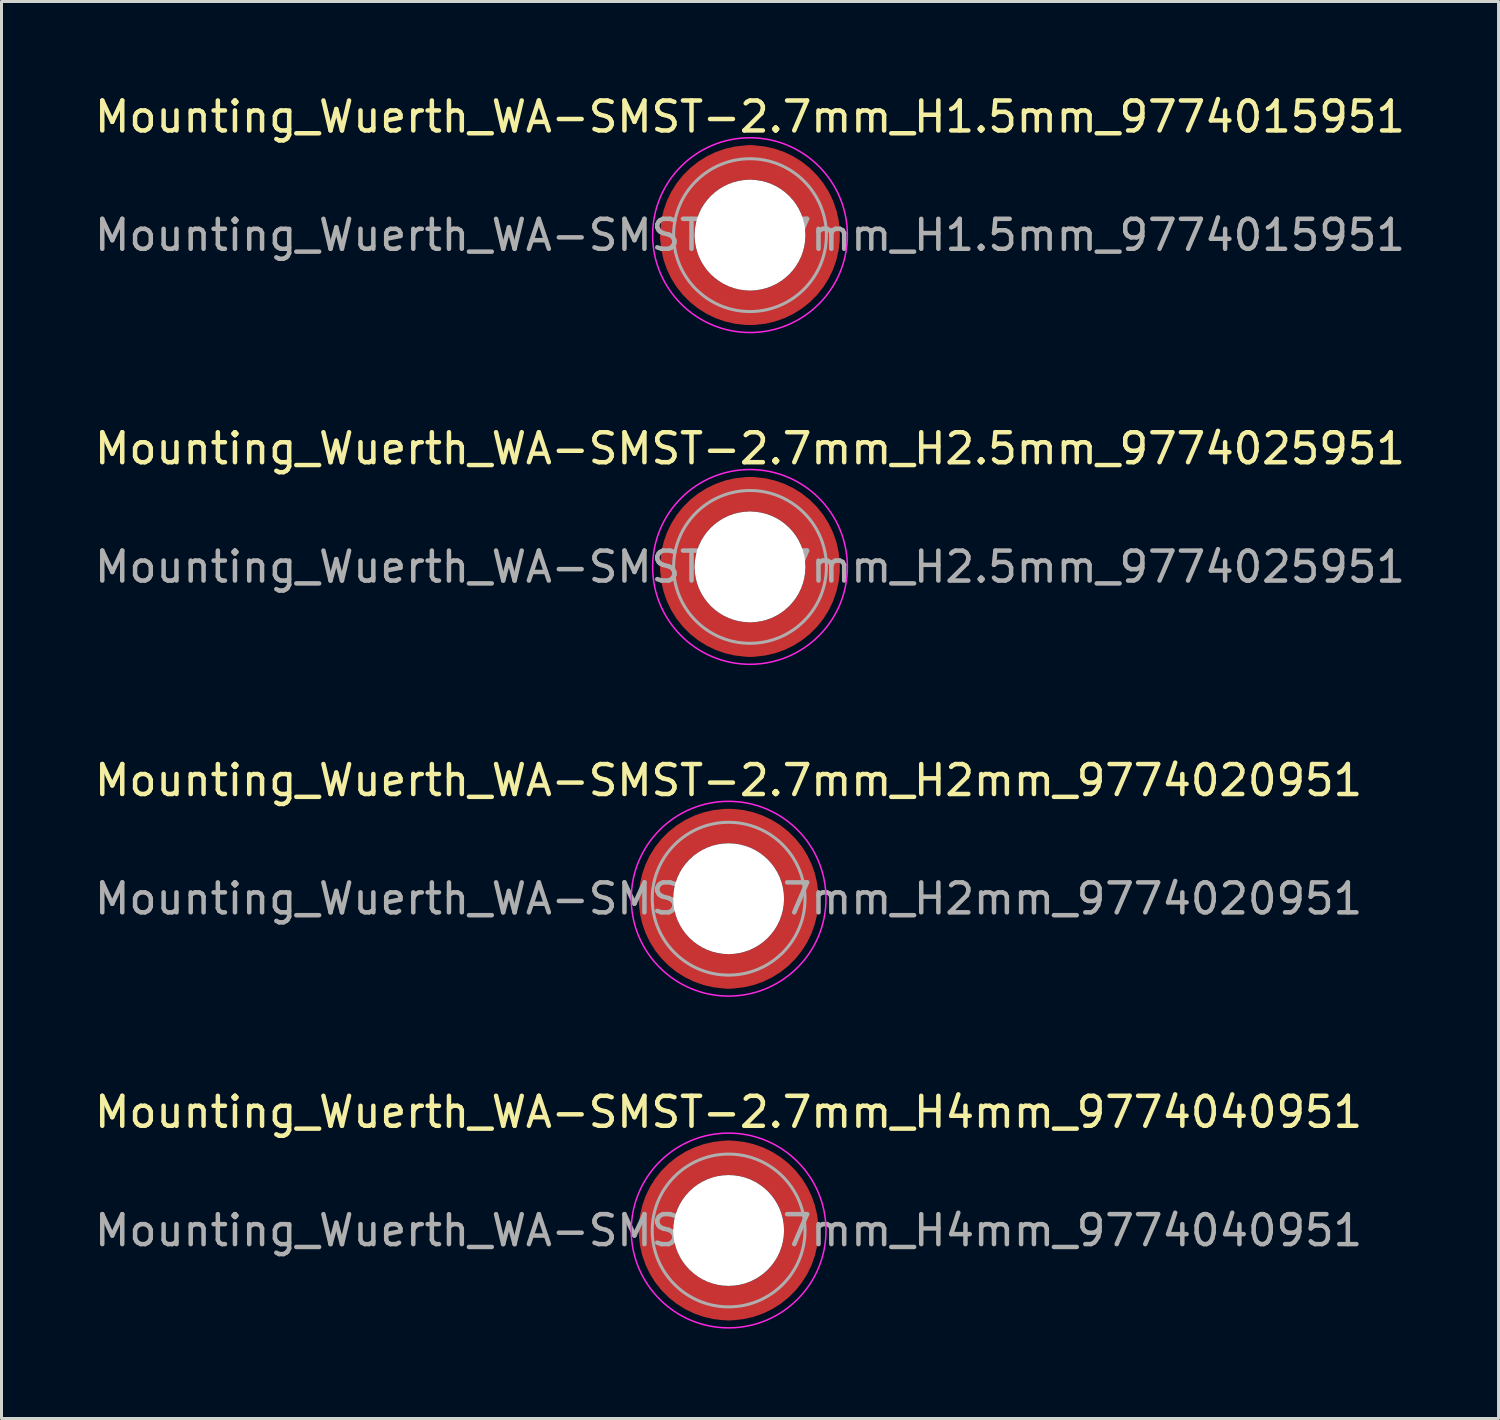
<source format=kicad_pcb>
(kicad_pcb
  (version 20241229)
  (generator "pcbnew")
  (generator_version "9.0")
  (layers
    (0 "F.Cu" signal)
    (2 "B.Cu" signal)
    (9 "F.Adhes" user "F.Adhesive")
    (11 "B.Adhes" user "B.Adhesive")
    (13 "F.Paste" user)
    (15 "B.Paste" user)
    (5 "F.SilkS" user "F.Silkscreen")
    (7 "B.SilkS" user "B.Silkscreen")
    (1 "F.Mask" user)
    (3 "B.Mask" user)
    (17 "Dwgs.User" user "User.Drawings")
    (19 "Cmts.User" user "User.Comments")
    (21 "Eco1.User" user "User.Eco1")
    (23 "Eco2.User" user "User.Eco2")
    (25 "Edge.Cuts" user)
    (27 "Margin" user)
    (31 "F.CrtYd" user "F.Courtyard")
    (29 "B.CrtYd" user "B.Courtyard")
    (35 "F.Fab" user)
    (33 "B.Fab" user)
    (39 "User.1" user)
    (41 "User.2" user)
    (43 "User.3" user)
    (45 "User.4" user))
  (footprint "Mounting_Wuerth_WA-SMST-2.7mm_H1.5mm_9774015951"
    (layer "F.Cu")
    (at 21.982 4.798)
    (property "Reference" "Mounting_Wuerth_WA-SMST-2.7mm_H1.5mm_9774015951" (at 0 -3.95 0) (layer "F.SilkS") (effects (font (size 1 1) (thickness 0.15))))
    (attr smd)
    (fp_circle (center 0 0) (end 3.25 0) (stroke (width 0.05) (type solid)) (fill no) (layer "F.CrtYd"))
    (fp_circle (center 0 0) (end 2.55 0) (stroke (width 0.1) (type solid)) (fill no) (layer "F.Fab"))
    (fp_text user "${REFERENCE}" (at 0 0 0) (layer "F.Fab") (effects (font (size 1 1) (thickness 0.15))))
    (pad "" smd custom (at -1.704 -1.704) (size 1.02 1.02) (layers "F.Paste") (options (anchor circle)) (primitives (gr_arc (start -0.371355 1.124127) (mid 0.180312 0.180312) (end 1.124127 -0.371355) (width 0.51)) (gr_arc (start -0.635039 1.124127) (mid 0 0) (end 1.124127 -0.635039) (width 0.51)) (gr_arc (start -0.896993 1.124127) (mid -0.180313 -0.180313) (end 1.124127 -0.896993) (width 0.51)) (gr_line (start 1.124 -0.371) (end 1.124 -0.897) (width 0.51)) (gr_line (start -0.371 1.124) (end -0.897 1.124) (width 0.51))))
    (pad "" smd custom (at -1.704 1.704) (size 1.02 1.02) (layers "F.Paste") (options (anchor circle)) (primitives (gr_arc (start 1.124127 0.371355) (mid 0.180312 -0.180312) (end -0.371355 -1.124127) (width 0.51)) (gr_arc (start 1.124127 0.635039) (mid 0 0) (end -0.635039 -1.124127) (width 0.51)) (gr_arc (start 1.124127 0.896993) (mid -0.180313 0.180313) (end -0.896993 -1.124127) (width 0.51)) (gr_line (start -0.371 -1.124) (end -0.897 -1.124) (width 0.51)) (gr_line (start 1.124 0.371) (end 1.124 0.897) (width 0.51))))
    (pad "" np_thru_hole circle (at 0 0) (size 3.7 3.7) (drill 3.7) (layers "*.Cu" "*.Mask"))
    (pad "" smd custom (at 1.704 -1.704) (size 1.02 1.02) (layers "F.Paste") (options (anchor circle)) (primitives (gr_arc (start -1.124127 -0.371355) (mid -0.180312 0.180312) (end 0.371355 1.124127) (width 0.51)) (gr_arc (start -1.124127 -0.635039) (mid 0 0) (end 0.635039 1.124127) (width 0.51)) (gr_arc (start -1.124127 -0.896993) (mid 0.180313 -0.180313) (end 0.896993 1.124127) (width 0.51)) (gr_line (start 0.371 1.124) (end 0.897 1.124) (width 0.51)) (gr_line (start -1.124 -0.371) (end -1.124 -0.897) (width 0.51))))
    (pad "" smd custom (at 1.704 1.704) (size 1.02 1.02) (layers "F.Paste") (options (anchor circle)) (primitives (gr_arc (start 0.371355 -1.124127) (mid -0.180312 -0.180312) (end -1.124127 0.371355) (width 0.51)) (gr_arc (start 0.635039 -1.124127) (mid 0 0) (end -1.124127 0.635039) (width 0.51)) (gr_arc (start 0.896993 -1.124127) (mid 0.180313 0.180313) (end -1.124127 0.896993) (width 0.51)) (gr_line (start -1.124 0.371) (end -1.124 0.897) (width 0.51)) (gr_line (start 0.371 -1.124) (end 0.897 -1.124) (width 0.51))))
    (pad "1" smd circle (at -2.425 0) (size 1.15 1.15) (layers "F.Cu"))
    (pad "1" smd circle (at 0 -2.425) (size 1.15 1.15) (layers "F.Cu"))
    (pad "1" smd circle (at 0 2.425) (size 1.15 1.15) (layers "F.Cu"))
    (pad "1" smd custom (at 2.425 0) (size 1.15 1.15) (layers "F.Cu" "F.Mask") (options (anchor circle)) (primitives (gr_circle (center -2.425 0) (end 0 0) (width 1.15) (fill no)))))
  (footprint "Mounting_Wuerth_WA-SMST-2.7mm_H2mm_9774020951"
    (layer "F.Cu")
    (at 21.268 26.945)
    (property "Reference" "Mounting_Wuerth_WA-SMST-2.7mm_H2mm_9774020951" (at 0 -3.95 0) (layer "F.SilkS") (effects (font (size 1 1) (thickness 0.15))))
    (attr smd)
    (fp_circle (center 0 0) (end 3.25 0) (stroke (width 0.05) (type solid)) (fill no) (layer "F.CrtYd"))
    (fp_circle (center 0 0) (end 2.55 0) (stroke (width 0.1) (type solid)) (fill no) (layer "F.Fab"))
    (fp_text user "${REFERENCE}" (at 0 0 0) (layer "F.Fab") (effects (font (size 1 1) (thickness 0.15))))
    (pad "" smd custom (at -1.704 -1.704) (size 1.02 1.02) (layers "F.Paste") (options (anchor circle)) (primitives (gr_arc (start -0.250195 1.279127) (mid 0.289914 0.289914) (end 1.279127 -0.250195) (width 0.2)) (gr_arc (start -0.34334 1.279127) (mid 0.225488 0.225488) (end 1.279127 -0.34334) (width 0.2)) (gr_arc (start -0.436309 1.279127) (mid 0.161063 0.161063) (end 1.279127 -0.436309) (width 0.2)) (gr_arc (start -0.529126 1.279127) (mid 0.096638 0.096638) (end 1.279127 -0.529126) (width 0.2)) (gr_arc (start -0.621807 1.279127) (mid 0.032213 0.032213) (end 1.279127 -0.621807) (width 0.2)) (gr_arc (start -0.71437 1.279127) (mid -0.032213 -0.032213) (end 1.279127 -0.71437) (width 0.2)) (gr_arc (start -0.806826 1.279127) (mid -0.096638 -0.096638) (end 1.279127 -0.806826) (width 0.2)) (gr_arc (start -0.899187 1.279127) (mid -0.161063 -0.161063) (end 1.279127 -0.899187) (width 0.2)) (gr_arc (start -0.991463 1.279127) (mid -0.225488 -0.225488) (end 1.279127 -0.991463) (width 0.2)) (gr_arc (start -1.083663 1.279127) (mid -0.289914 -0.289914) (end 1.279127 -1.083663) (width 0.2)) (gr_line (start 1.279 -0.25) (end 1.279 -1.084) (width 0.2)) (gr_line (start -0.25 1.279) (end -1.084 1.279) (width 0.2))))
    (pad "" smd custom (at -1.704 1.704) (size 1.02 1.02) (layers "F.Paste") (options (anchor circle)) (primitives (gr_arc (start 1.279127 0.250195) (mid 0.289914 -0.289914) (end -0.250195 -1.279127) (width 0.2)) (gr_arc (start 1.279127 0.34334) (mid 0.225488 -0.225488) (end -0.34334 -1.279127) (width 0.2)) (gr_arc (start 1.279127 0.436309) (mid 0.161063 -0.161063) (end -0.436309 -1.279127) (width 0.2)) (gr_arc (start 1.279127 0.529126) (mid 0.096638 -0.096638) (end -0.529126 -1.279127) (width 0.2)) (gr_arc (start 1.279127 0.621807) (mid 0.032213 -0.032213) (end -0.621807 -1.279127) (width 0.2)) (gr_arc (start 1.279127 0.71437) (mid -0.032213 0.032213) (end -0.71437 -1.279127) (width 0.2)) (gr_arc (start 1.279127 0.806826) (mid -0.096638 0.096638) (end -0.806826 -1.279127) (width 0.2)) (gr_arc (start 1.279127 0.899187) (mid -0.161063 0.161063) (end -0.899187 -1.279127) (width 0.2)) (gr_arc (start 1.279127 0.991463) (mid -0.225488 0.225488) (end -0.991463 -1.279127) (width 0.2)) (gr_arc (start 1.279127 1.083663) (mid -0.289914 0.289914) (end -1.083663 -1.279127) (width 0.2)) (gr_line (start -0.25 -1.279) (end -1.084 -1.279) (width 0.2)) (gr_line (start 1.279 0.25) (end 1.279 1.084) (width 0.2))))
    (pad "" np_thru_hole circle (at 0 0) (size 3.7 3.7) (drill 3.7) (layers "*.Cu" "*.Mask"))
    (pad "" smd custom (at 1.704 -1.704) (size 1.02 1.02) (layers "F.Paste") (options (anchor circle)) (primitives (gr_arc (start -1.279127 -0.250195) (mid -0.289914 0.289914) (end 0.250195 1.279127) (width 0.2)) (gr_arc (start -1.279127 -0.34334) (mid -0.225488 0.225488) (end 0.34334 1.279127) (width 0.2)) (gr_arc (start -1.279127 -0.436309) (mid -0.161063 0.161063) (end 0.436309 1.279127) (width 0.2)) (gr_arc (start -1.279127 -0.529126) (mid -0.096638 0.096638) (end 0.529126 1.279127) (width 0.2)) (gr_arc (start -1.279127 -0.621807) (mid -0.032213 0.032213) (end 0.621807 1.279127) (width 0.2)) (gr_arc (start -1.279127 -0.71437) (mid 0.032213 -0.032213) (end 0.71437 1.279127) (width 0.2)) (gr_arc (start -1.279127 -0.806826) (mid 0.096638 -0.096638) (end 0.806826 1.279127) (width 0.2)) (gr_arc (start -1.279127 -0.899187) (mid 0.161063 -0.161063) (end 0.899187 1.279127) (width 0.2)) (gr_arc (start -1.279127 -0.991463) (mid 0.225488 -0.225488) (end 0.991463 1.279127) (width 0.2)) (gr_arc (start -1.279127 -1.083663) (mid 0.289914 -0.289914) (end 1.083663 1.279127) (width 0.2)) (gr_line (start 0.25 1.279) (end 1.084 1.279) (width 0.2)) (gr_line (start -1.279 -0.25) (end -1.279 -1.084) (width 0.2))))
    (pad "" smd custom (at 1.704 1.704) (size 1.02 1.02) (layers "F.Paste") (options (anchor circle)) (primitives (gr_arc (start 0.250195 -1.279127) (mid -0.289914 -0.289914) (end -1.279127 0.250195) (width 0.2)) (gr_arc (start 0.34334 -1.279127) (mid -0.225488 -0.225488) (end -1.279127 0.34334) (width 0.2)) (gr_arc (start 0.436309 -1.279127) (mid -0.161063 -0.161063) (end -1.279127 0.436309) (width 0.2)) (gr_arc (start 0.529126 -1.279127) (mid -0.096638 -0.096638) (end -1.279127 0.529126) (width 0.2)) (gr_arc (start 0.621807 -1.279127) (mid -0.032213 -0.032213) (end -1.279127 0.621807) (width 0.2)) (gr_arc (start 0.71437 -1.279127) (mid 0.032213 0.032213) (end -1.279127 0.71437) (width 0.2)) (gr_arc (start 0.806826 -1.279127) (mid 0.096638 0.096638) (end -1.279127 0.806826) (width 0.2)) (gr_arc (start 0.899187 -1.279127) (mid 0.161063 0.161063) (end -1.279127 0.899187) (width 0.2)) (gr_arc (start 0.991463 -1.279127) (mid 0.225488 0.225488) (end -1.279127 0.991463) (width 0.2)) (gr_arc (start 1.083663 -1.279127) (mid 0.289914 0.289914) (end -1.279127 1.083663) (width 0.2)) (gr_line (start -1.279 0.25) (end -1.279 1.084) (width 0.2)) (gr_line (start 0.25 -1.279) (end 1.084 -1.279) (width 0.2))))
    (pad "1" smd circle (at -2.425 0) (size 1.15 1.15) (layers "F.Cu"))
    (pad "1" smd circle (at 0 -2.425) (size 1.15 1.15) (layers "F.Cu"))
    (pad "1" smd circle (at 0 2.425) (size 1.15 1.15) (layers "F.Cu"))
    (pad "1" smd custom (at 2.425 0) (size 1.15 1.15) (layers "F.Cu" "F.Mask") (options (anchor circle)) (primitives (gr_circle (center -2.425 0) (end 0 0) (width 1.15) (fill no)))))
  (footprint "Mounting_Wuerth_WA-SMST-2.7mm_H4mm_9774040951"
    (layer "F.Cu")
    (at 21.268 38.018)
    (property "Reference" "Mounting_Wuerth_WA-SMST-2.7mm_H4mm_9774040951" (at 0 -3.95 0) (layer "F.SilkS") (effects (font (size 1 1) (thickness 0.15))))
    (attr smd)
    (fp_circle (center 0 0) (end 3.25 0) (stroke (width 0.05) (type solid)) (fill no) (layer "F.CrtYd"))
    (fp_circle (center 0 0) (end 2.55 0) (stroke (width 0.1) (type solid)) (fill no) (layer "F.Fab"))
    (fp_text user "${REFERENCE}" (at 0 0 0) (layer "F.Fab") (effects (font (size 1 1) (thickness 0.15))))
    (pad "" smd custom (at -1.704 -1.704) (size 1.02 1.02) (layers "F.Paste") (options (anchor circle)) (primitives (gr_arc (start -0.371355 1.124127) (mid 0.180312 0.180312) (end 1.124127 -0.371355) (width 0.51)) (gr_arc (start -0.635039 1.124127) (mid 0 0) (end 1.124127 -0.635039) (width 0.51)) (gr_arc (start -0.896993 1.124127) (mid -0.180313 -0.180313) (end 1.124127 -0.896993) (width 0.51)) (gr_line (start 1.124 -0.371) (end 1.124 -0.897) (width 0.51)) (gr_line (start -0.371 1.124) (end -0.897 1.124) (width 0.51))))
    (pad "" smd custom (at -1.704 1.704) (size 1.02 1.02) (layers "F.Paste") (options (anchor circle)) (primitives (gr_arc (start 1.124127 0.371355) (mid 0.180312 -0.180312) (end -0.371355 -1.124127) (width 0.51)) (gr_arc (start 1.124127 0.635039) (mid 0 0) (end -0.635039 -1.124127) (width 0.51)) (gr_arc (start 1.124127 0.896993) (mid -0.180313 0.180313) (end -0.896993 -1.124127) (width 0.51)) (gr_line (start -0.371 -1.124) (end -0.897 -1.124) (width 0.51)) (gr_line (start 1.124 0.371) (end 1.124 0.897) (width 0.51))))
    (pad "" np_thru_hole circle (at 0 0) (size 3.7 3.7) (drill 3.7) (layers "*.Cu" "*.Mask"))
    (pad "" smd custom (at 1.704 -1.704) (size 1.02 1.02) (layers "F.Paste") (options (anchor circle)) (primitives (gr_arc (start -1.124127 -0.371355) (mid -0.180312 0.180312) (end 0.371355 1.124127) (width 0.51)) (gr_arc (start -1.124127 -0.635039) (mid 0 0) (end 0.635039 1.124127) (width 0.51)) (gr_arc (start -1.124127 -0.896993) (mid 0.180313 -0.180313) (end 0.896993 1.124127) (width 0.51)) (gr_line (start 0.371 1.124) (end 0.897 1.124) (width 0.51)) (gr_line (start -1.124 -0.371) (end -1.124 -0.897) (width 0.51))))
    (pad "" smd custom (at 1.704 1.704) (size 1.02 1.02) (layers "F.Paste") (options (anchor circle)) (primitives (gr_arc (start 0.371355 -1.124127) (mid -0.180312 -0.180312) (end -1.124127 0.371355) (width 0.51)) (gr_arc (start 0.635039 -1.124127) (mid 0 0) (end -1.124127 0.635039) (width 0.51)) (gr_arc (start 0.896993 -1.124127) (mid 0.180313 0.180313) (end -1.124127 0.896993) (width 0.51)) (gr_line (start -1.124 0.371) (end -1.124 0.897) (width 0.51)) (gr_line (start 0.371 -1.124) (end 0.897 -1.124) (width 0.51))))
    (pad "1" smd circle (at -2.425 0) (size 1.15 1.15) (layers "F.Cu"))
    (pad "1" smd circle (at 0 -2.425) (size 1.15 1.15) (layers "F.Cu"))
    (pad "1" smd circle (at 0 2.425) (size 1.15 1.15) (layers "F.Cu"))
    (pad "1" smd custom (at 2.425 0) (size 1.15 1.15) (layers "F.Cu" "F.Mask") (options (anchor circle)) (primitives (gr_circle (center -2.425 0) (end 0 0) (width 1.15) (fill no)))))
  (footprint "Mounting_Wuerth_WA-SMST-2.7mm_H2.5mm_9774025951"
    (layer "F.Cu")
    (at 21.982 15.871)
    (property "Reference" "Mounting_Wuerth_WA-SMST-2.7mm_H2.5mm_9774025951" (at 0 -3.95 0) (layer "F.SilkS") (effects (font (size 1 1) (thickness 0.15))))
    (attr smd)
    (fp_circle (center 0 0) (end 3.25 0) (stroke (width 0.05) (type solid)) (fill no) (layer "F.CrtYd"))
    (fp_circle (center 0 0) (end 2.55 0) (stroke (width 0.1) (type solid)) (fill no) (layer "F.Fab"))
    (fp_text user "${REFERENCE}" (at 0 0 0) (layer "F.Fab") (effects (font (size 1 1) (thickness 0.15))))
    (pad "" smd custom (at -1.704 -1.704) (size 1.02 1.02) (layers "F.Paste") (options (anchor circle)) (primitives (gr_arc (start -0.371355 1.124127) (mid 0.180312 0.180312) (end 1.124127 -0.371355) (width 0.51)) (gr_arc (start -0.635039 1.124127) (mid 0 0) (end 1.124127 -0.635039) (width 0.51)) (gr_arc (start -0.896993 1.124127) (mid -0.180313 -0.180313) (end 1.124127 -0.896993) (width 0.51)) (gr_line (start 1.124 -0.371) (end 1.124 -0.897) (width 0.51)) (gr_line (start -0.371 1.124) (end -0.897 1.124) (width 0.51))))
    (pad "" smd custom (at -1.704 1.704) (size 1.02 1.02) (layers "F.Paste") (options (anchor circle)) (primitives (gr_arc (start 1.124127 0.371355) (mid 0.180312 -0.180312) (end -0.371355 -1.124127) (width 0.51)) (gr_arc (start 1.124127 0.635039) (mid 0 0) (end -0.635039 -1.124127) (width 0.51)) (gr_arc (start 1.124127 0.896993) (mid -0.180313 0.180313) (end -0.896993 -1.124127) (width 0.51)) (gr_line (start -0.371 -1.124) (end -0.897 -1.124) (width 0.51)) (gr_line (start 1.124 0.371) (end 1.124 0.897) (width 0.51))))
    (pad "" np_thru_hole circle (at 0 0) (size 3.7 3.7) (drill 3.7) (layers "*.Cu" "*.Mask"))
    (pad "" smd custom (at 1.704 -1.704) (size 1.02 1.02) (layers "F.Paste") (options (anchor circle)) (primitives (gr_arc (start -1.124127 -0.371355) (mid -0.180312 0.180312) (end 0.371355 1.124127) (width 0.51)) (gr_arc (start -1.124127 -0.635039) (mid 0 0) (end 0.635039 1.124127) (width 0.51)) (gr_arc (start -1.124127 -0.896993) (mid 0.180313 -0.180313) (end 0.896993 1.124127) (width 0.51)) (gr_line (start 0.371 1.124) (end 0.897 1.124) (width 0.51)) (gr_line (start -1.124 -0.371) (end -1.124 -0.897) (width 0.51))))
    (pad "" smd custom (at 1.704 1.704) (size 1.02 1.02) (layers "F.Paste") (options (anchor circle)) (primitives (gr_arc (start 0.371355 -1.124127) (mid -0.180312 -0.180312) (end -1.124127 0.371355) (width 0.51)) (gr_arc (start 0.635039 -1.124127) (mid 0 0) (end -1.124127 0.635039) (width 0.51)) (gr_arc (start 0.896993 -1.124127) (mid 0.180313 0.180313) (end -1.124127 0.896993) (width 0.51)) (gr_line (start -1.124 0.371) (end -1.124 0.897) (width 0.51)) (gr_line (start 0.371 -1.124) (end 0.897 -1.124) (width 0.51))))
    (pad "1" smd circle (at -2.425 0) (size 1.15 1.15) (layers "F.Cu"))
    (pad "1" smd circle (at 0 -2.425) (size 1.15 1.15) (layers "F.Cu"))
    (pad "1" smd circle (at 0 2.425) (size 1.15 1.15) (layers "F.Cu"))
    (pad "1" smd custom (at 2.425 0) (size 1.15 1.15) (layers "F.Cu" "F.Mask") (options (anchor circle)) (primitives (gr_circle (center -2.425 0) (end 0 0) (width 1.15) (fill no)))))
  (gr_rect
    (start -3 -3)
    (end 46.964 44.293)
    (stroke (width 0.1) (type default))
    (fill no)
    (layer "Edge.Cuts")))
</source>
